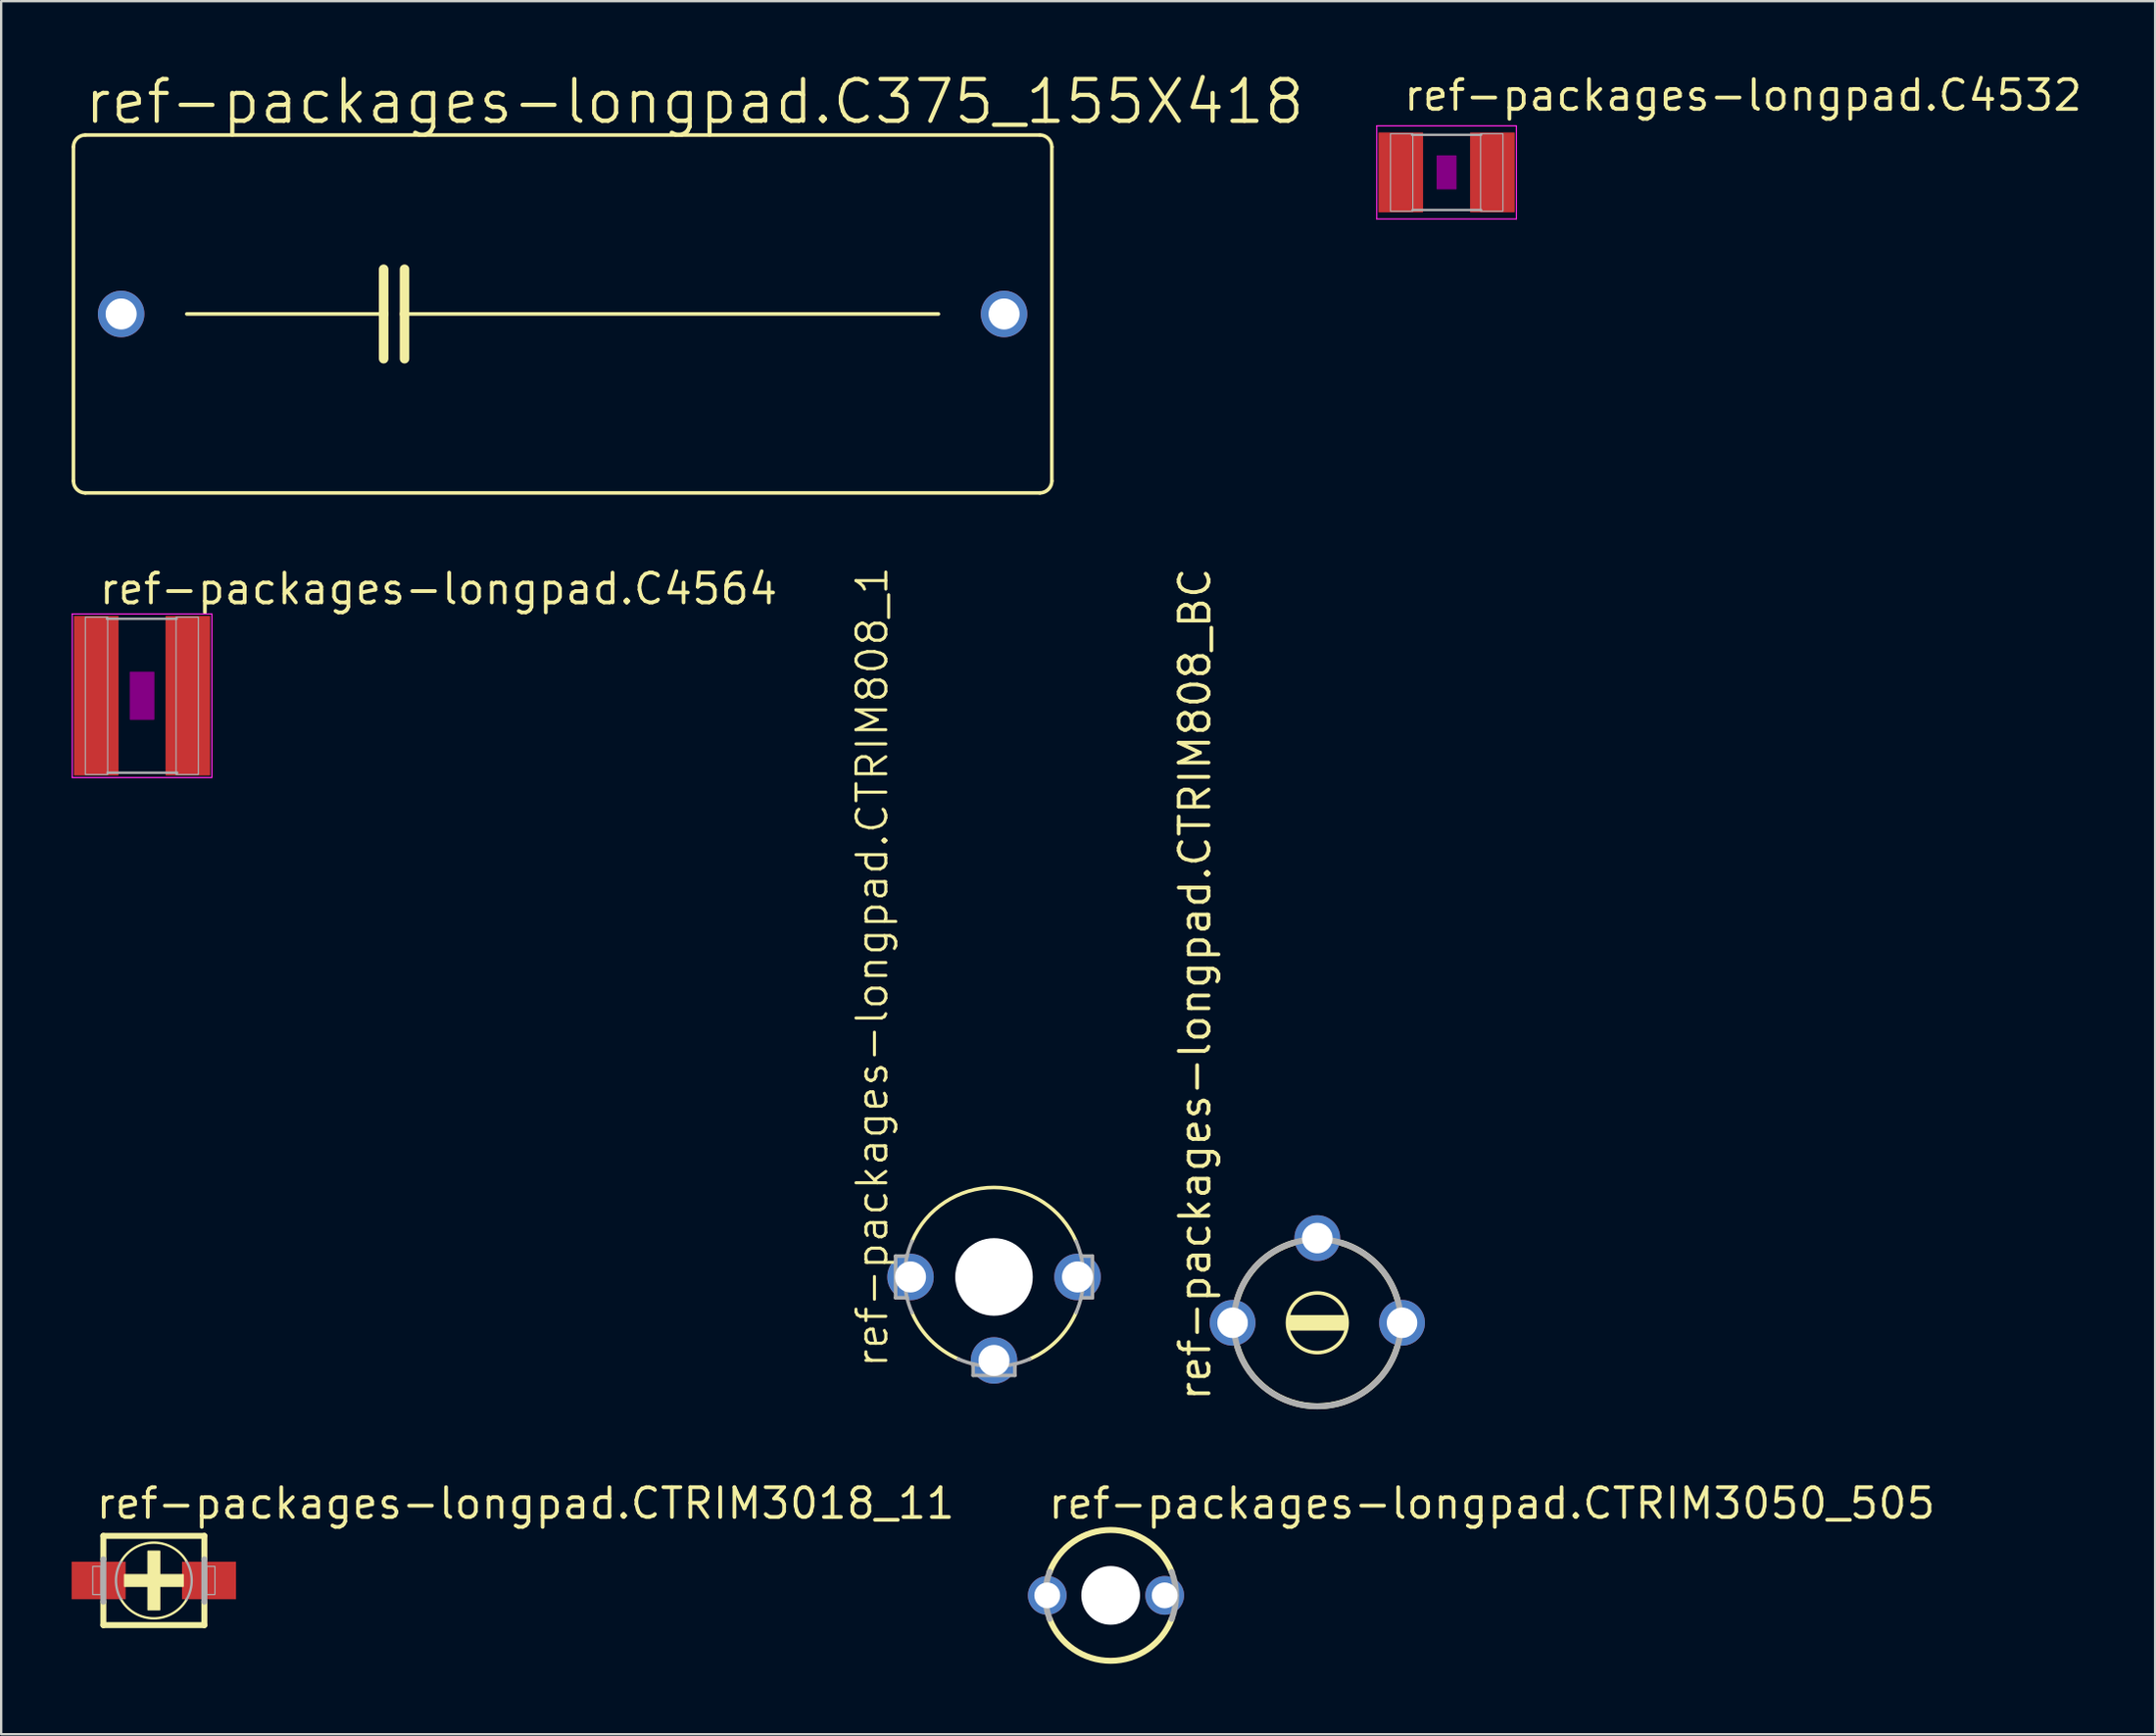
<source format=kicad_pcb>
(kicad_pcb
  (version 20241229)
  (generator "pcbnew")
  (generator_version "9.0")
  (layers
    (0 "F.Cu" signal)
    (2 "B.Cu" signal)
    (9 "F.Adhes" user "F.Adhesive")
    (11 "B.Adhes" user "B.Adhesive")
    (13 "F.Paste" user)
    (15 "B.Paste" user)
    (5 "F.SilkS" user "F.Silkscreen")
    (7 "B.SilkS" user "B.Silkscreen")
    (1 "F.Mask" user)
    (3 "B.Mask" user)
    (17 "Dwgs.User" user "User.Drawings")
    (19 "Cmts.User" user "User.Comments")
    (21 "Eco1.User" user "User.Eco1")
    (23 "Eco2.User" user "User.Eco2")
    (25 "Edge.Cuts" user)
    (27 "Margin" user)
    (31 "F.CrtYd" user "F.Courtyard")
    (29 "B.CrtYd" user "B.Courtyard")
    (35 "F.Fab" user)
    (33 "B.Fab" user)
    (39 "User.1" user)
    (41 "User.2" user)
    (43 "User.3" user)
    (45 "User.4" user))
  (footprint "ref-packages-longpad.C4564"
    (layer "F.Cu")
    (at 2.998 26.575)
    (property "Reference" "ref-packages-longpad.C4564" (at -1.905 -3.81 0) (layer "F.SilkS") (effects (font (size 1.27 1.27) (thickness 0.16)) (justify left bottom)))
    (attr smd)
    (fp_rect (start -0.5 1) (end 0.5 -1) (stroke (width 0.05) (type default)) (fill yes) (layer "F.Adhes"))
    (fp_line (start -2.973 -3.483) (end 2.973 -3.483) (stroke (width 0.051) (type default)) (layer "F.CrtYd"))
    (fp_line (start -2.973 3.483) (end -2.973 -3.483) (stroke (width 0.051) (type default)) (layer "F.CrtYd"))
    (fp_line (start 2.973 -3.483) (end 2.973 3.483) (stroke (width 0.051) (type default)) (layer "F.CrtYd"))
    (fp_line (start 2.973 3.483) (end -2.973 3.483) (stroke (width 0.051) (type default)) (layer "F.CrtYd"))
    (fp_line (start -1.499 -3.277) (end 1.473 -3.277) (stroke (width 0.102) (type default)) (layer "F.Fab"))
    (fp_line (start -1.473 3.277) (end 1.499 3.277) (stroke (width 0.102) (type default)) (layer "F.Fab"))
    (fp_rect (start -2.413 3.353) (end -1.463 -3.347) (stroke (width 0.05) (type default)) (fill no) (layer "F.Fab"))
    (fp_rect (start 1.448 3.353) (end 2.398 -3.347) (stroke (width 0.05) (type default)) (fill no) (layer "F.Fab"))
    (pad "1" smd roundrect (at -1.95 0) (size 1.9 6.8) (layers "F.Cu" "F.Mask" "F.Paste") (roundrect_rratio 0.01))
    (pad "2" smd roundrect (at 1.95 0) (size 1.9 6.8) (layers "F.Cu" "F.Mask" "F.Paste") (roundrect_rratio 0.01)))
  (footprint "ref-packages-longpad.CTRIM808_1"
    (layer "F.Cu")
    (at 39.272 51.323)
    (property "Reference" "ref-packages-longpad.CTRIM808_1" (at -4.445 3.937 90) (layer "F.SilkS") (effects (font (size 1.27 1.27) (thickness 0.13)) (justify left bottom)))
    (attr through_hole)
    (fp_line (start -1.244 -0.254) (end 1.244 -0.254) (stroke (width 0.152) (type default)) (layer "F.SilkS"))
    (fp_line (start -1.244 0.254) (end 1.244 0.254) (stroke (width 0.152) (type default)) (layer "F.SilkS"))
    (fp_rect (start -1.27 0.254) (end 1.27 -0.254) (stroke (width 0.05) (type default)) (fill yes) (layer "F.SilkS"))
    (fp_arc (start -3.4925 -1.5227) (mid 0 -3.810009) (end 3.4925 -1.5227) (stroke (width 0.1524) (type default)) (layer "F.SilkS"))
    (fp_arc (start -1.5227 3.4925) (mid -2.694083 2.694083) (end -3.4925 1.5227) (stroke (width 0.1524) (type default)) (layer "F.SilkS"))
    (fp_arc (start 3.4925 1.5227) (mid 2.694083 2.694083) (end 1.5227 3.4925) (stroke (width 0.1524) (type default)) (layer "F.SilkS"))
    (fp_circle (center 0 0) (end 1.27 0) (stroke (width 0.152) (type default)) (fill no) (layer "F.SilkS"))
    (fp_line (start -4.191 -0.889) (end -4.191 0.889) (stroke (width 0.152) (type default)) (layer "F.Fab"))
    (fp_line (start -4.191 -0.889) (end -3.705 -0.889) (stroke (width 0.152) (type default)) (layer "F.Fab"))
    (fp_line (start -4.191 0.889) (end -3.705 0.889) (stroke (width 0.152) (type default)) (layer "F.Fab"))
    (fp_line (start -0.889 3.705) (end -0.889 4.191) (stroke (width 0.152) (type default)) (layer "F.Fab"))
    (fp_line (start 0.889 3.705) (end 0.889 4.191) (stroke (width 0.152) (type default)) (layer "F.Fab"))
    (fp_line (start 0.889 4.191) (end -0.889 4.191) (stroke (width 0.152) (type default)) (layer "F.Fab"))
    (fp_line (start 3.705 -0.889) (end 4.191 -0.889) (stroke (width 0.152) (type default)) (layer "F.Fab"))
    (fp_line (start 3.705 0.889) (end 4.191 0.889) (stroke (width 0.152) (type default)) (layer "F.Fab"))
    (fp_line (start 4.191 -0.889) (end 4.191 0.889) (stroke (width 0.152) (type default)) (layer "F.Fab"))
    (fp_arc (start -3.4925 1.5227) (mid -3.810009 0) (end -3.4925 -1.5227) (stroke (width 0.1524) (type default)) (layer "F.Fab"))
    (fp_arc (start 1.5227 3.4925) (mid 0 3.810009) (end -1.5227 3.4925) (stroke (width 0.1524) (type default)) (layer "F.Fab"))
    (fp_arc (start 3.4925 -1.5227) (mid 3.810009 0) (end 3.4925 1.5227) (stroke (width 0.1524) (type default)) (layer "F.Fab"))
    (pad "" np_thru_hole circle (at 0 0) (size 3.302 3.302) (drill 3.302) (layers "*.Cu" "*.Mask"))
    (pad "1" thru_hole circle (at -3.556 0) (size 1.981 1.981) (drill 1.321) (layers "*.Cu" "*.Mask"))
    (pad "2" thru_hole circle (at 0 3.556) (size 1.981 1.981) (drill 1.321) (layers "*.Cu" "*.Mask"))
    (pad "3" thru_hole circle (at 3.556 0) (size 1.981 1.981) (drill 1.321) (layers "*.Cu" "*.Mask")))
  (footprint "ref-packages-longpad.CTRIM808_BC"
    (layer "F.Cu")
    (at 53.037 53.275)
    (property "Reference" "ref-packages-longpad.CTRIM808_BC" (at -4.468 3.406 90) (layer "F.SilkS") (effects (font (size 1.27 1.27) (thickness 0.16)) (justify left bottom)))
    (attr through_hole)
    (fp_rect (start -1.219 0.305) (end 1.219 -0.305) (stroke (width 0.05) (type default)) (fill yes) (layer "F.SilkS"))
    (fp_arc (start -3.4036 -1.016) (mid -2.511648 -2.511648) (end -1.016 -3.4036) (stroke (width 0.254) (type default)) (layer "F.SilkS"))
    (fp_arc (start 1.016 -3.4036) (mid 2.511648 -2.511648) (end 3.4036 -1.016) (stroke (width 0.254) (type default)) (layer "F.SilkS"))
    (fp_arc (start 3.4036 1.016) (mid 0 3.552006) (end -3.4036 1.016) (stroke (width 0.254) (type default)) (layer "F.SilkS"))
    (fp_circle (center 0 0) (end 1.271 0) (stroke (width 0.152) (type default)) (fill no) (layer "F.SilkS"))
    (fp_circle (center 0 0) (end 3.556 0) (stroke (width 0.254) (type default)) (fill no) (layer "F.Fab"))
    (pad "1" thru_hole circle (at -3.607 0) (size 1.95 1.95) (drill 1.3) (layers "*.Cu" "*.Mask"))
    (pad "2" thru_hole circle (at 0 -3.607) (size 1.95 1.95) (drill 1.3) (layers "*.Cu" "*.Mask"))
    (pad "3" thru_hole circle (at 3.607 0) (size 1.95 1.95) (drill 1.3) (layers "*.Cu" "*.Mask")))
  (footprint "ref-packages-longpad.C4532"
    (layer "F.Cu")
    (at 58.541 4.29)
    (property "Reference" "ref-packages-longpad.C4532" (at -1.905 -2.54 0) (layer "F.SilkS") (effects (font (size 1.27 1.27) (thickness 0.16)) (justify left bottom)))
    (attr smd)
    (fp_rect (start -0.4 0.7) (end 0.4 -0.7) (stroke (width 0.05) (type default)) (fill yes) (layer "F.Adhes"))
    (fp_line (start -2.973 -1.983) (end 2.973 -1.983) (stroke (width 0.051) (type default)) (layer "F.CrtYd"))
    (fp_line (start -2.973 1.983) (end -2.973 -1.983) (stroke (width 0.051) (type default)) (layer "F.CrtYd"))
    (fp_line (start 2.973 -1.983) (end 2.973 1.983) (stroke (width 0.051) (type default)) (layer "F.CrtYd"))
    (fp_line (start 2.973 1.983) (end -2.973 1.983) (stroke (width 0.051) (type default)) (layer "F.CrtYd"))
    (fp_line (start -1.473 -1.6) (end 1.473 -1.6) (stroke (width 0.102) (type default)) (layer "F.Fab"))
    (fp_line (start -1.448 1.6) (end 1.473 1.6) (stroke (width 0.102) (type default)) (layer "F.Fab"))
    (fp_rect (start -2.388 1.651) (end -1.438 -1.649) (stroke (width 0.05) (type default)) (fill no) (layer "F.Fab"))
    (fp_rect (start 1.448 1.651) (end 2.398 -1.649) (stroke (width 0.05) (type default)) (fill no) (layer "F.Fab"))
    (pad "1" smd roundrect (at -1.95 0) (size 1.9 3.4) (layers "F.Cu" "F.Mask" "F.Paste") (roundrect_rratio 0.01))
    (pad "2" smd roundrect (at 1.95 0) (size 1.9 3.4) (layers "F.Cu" "F.Mask" "F.Paste") (roundrect_rratio 0.01)))
  (footprint "ref-packages-longpad.CTRIM3050_505"
    (layer "F.Cu")
    (at 44.039 64.883)
    (property "Reference" "ref-packages-longpad.CTRIM3050_505" (at -2.54 -3.175 0) (layer "F.SilkS") (effects (font (size 1.27 1.27) (thickness 0.16)) (justify left bottom)))
    (attr through_hole)
    (fp_line (start -0.7 -0.4) (end 0.6 0.9) (stroke (width 0.152) (type default)) (layer "F.SilkS"))
    (fp_line (start -0.2 -0.9) (end 1.1 0.4) (stroke (width 0.152) (type default)) (layer "F.SilkS"))
    (fp_arc (start -2.4 -1) (mid 0.2 -2.785678) (end 2.8 -1) (stroke (width 0.254) (type default)) (layer "F.SilkS"))
    (fp_arc (start 2.8 1) (mid 0.2 2.785678) (end -2.4 1) (stroke (width 0.254) (type default)) (layer "F.SilkS"))
    (fp_circle (center 0.2 0) (end 1.2 0) (stroke (width 0.152) (type default)) (fill no) (layer "F.SilkS"))
    (fp_arc (start -2.4 1) (mid -2.585678 0) (end -2.4 -1) (stroke (width 0.254) (type default)) (layer "F.Fab"))
    (fp_arc (start 2.8 -1) (mid 2.985678 0) (end 2.8 1) (stroke (width 0.254) (type default)) (layer "F.Fab"))
    (pad "" np_thru_hole circle (at 0.2 0) (size 2.5 2.5) (drill 2.5) (layers "*.Cu" "*.Mask"))
    (pad "1" thru_hole circle (at -2.5 0) (size 1.65 1.65) (drill 1.1) (layers "*.Cu" "*.Mask"))
    (pad "2" thru_hole circle (at 2.5 0) (size 1.65 1.65) (drill 1.1) (layers "*.Cu" "*.Mask")))
  (footprint "ref-packages-longpad.C375_155X418"
    (layer "F.Cu")
    (at 20.904 10.319)
    (property "Reference" "ref-packages-longpad.C375_155X418" (at -20.447 -8.001 0) (layer "F.SilkS") (effects (font (size 1.778 1.778) (thickness 0.18)) (justify left bottom)))
    (attr through_hole)
    (fp_line (start -20.828 7.112) (end -20.828 -7.112) (stroke (width 0.152) (type default)) (layer "F.SilkS"))
    (fp_line (start -20.32 -7.62) (end 20.32 -7.62) (stroke (width 0.152) (type default)) (layer "F.SilkS"))
    (fp_line (start -16.002 0) (end -7.62 0) (stroke (width 0.152) (type default)) (layer "F.SilkS"))
    (fp_line (start -7.62 -1.905) (end -7.62 0) (stroke (width 0.406) (type default)) (layer "F.SilkS"))
    (fp_line (start -7.62 0) (end -7.62 1.905) (stroke (width 0.406) (type default)) (layer "F.SilkS"))
    (fp_line (start -6.731 -1.905) (end -6.731 0) (stroke (width 0.406) (type default)) (layer "F.SilkS"))
    (fp_line (start -6.731 0) (end -6.731 1.905) (stroke (width 0.406) (type default)) (layer "F.SilkS"))
    (fp_line (start -6.731 0) (end 16.002 0) (stroke (width 0.152) (type default)) (layer "F.SilkS"))
    (fp_line (start 20.32 7.62) (end -20.32 7.62) (stroke (width 0.152) (type default)) (layer "F.SilkS"))
    (fp_line (start 20.828 -7.112) (end 20.828 7.112) (stroke (width 0.152) (type default)) (layer "F.SilkS"))
    (fp_arc (start -20.828 -7.112) (mid -20.67921 -7.47121) (end -20.32 -7.62) (stroke (width 0.1524) (type default)) (layer "F.SilkS"))
    (fp_arc (start -20.32 7.62) (mid -20.67921 7.47121) (end -20.828 7.112) (stroke (width 0.1524) (type default)) (layer "F.SilkS"))
    (fp_arc (start 20.32 -7.62) (mid 20.67921 -7.47121) (end 20.828 -7.112) (stroke (width 0.1524) (type default)) (layer "F.SilkS"))
    (fp_arc (start 20.828 7.112) (mid 20.67921 7.47121) (end 20.32 7.62) (stroke (width 0.1524) (type default)) (layer "F.SilkS"))
    (pad "1" thru_hole circle (at -18.796 0) (size 1.981 1.981) (drill 1.321) (layers "*.Cu" "*.Mask"))
    (pad "2" thru_hole circle (at 18.796 0) (size 1.981 1.981) (drill 1.321) (layers "*.Cu" "*.Mask")))
  (footprint "ref-packages-longpad.CTRIM3018_11"
    (layer "F.Cu")
    (at 3.5 64.248)
    (property "Reference" "ref-packages-longpad.CTRIM3018_11" (at -2.54 -2.54 0) (layer "F.SilkS") (effects (font (size 1.27 1.27) (thickness 0.16)) (justify left bottom)))
    (attr smd)
    (fp_line (start -2.15 -1.9) (end 2.15 -1.9) (stroke (width 0.254) (type default)) (layer "F.SilkS"))
    (fp_line (start -2.15 -0.9) (end -2.15 -1.9) (stroke (width 0.254) (type default)) (layer "F.SilkS"))
    (fp_line (start -2.15 1.9) (end -2.15 0.9) (stroke (width 0.254) (type default)) (layer "F.SilkS"))
    (fp_line (start 2.15 -1.9) (end 2.15 -0.9) (stroke (width 0.254) (type default)) (layer "F.SilkS"))
    (fp_line (start 2.15 0.9) (end 2.15 1.9) (stroke (width 0.254) (type default)) (layer "F.SilkS"))
    (fp_line (start 2.15 1.9) (end -2.15 1.9) (stroke (width 0.254) (type default)) (layer "F.SilkS"))
    (fp_rect (start -1.25 0.25) (end 1.25 -0.25) (stroke (width 0.05) (type default)) (fill yes) (layer "F.SilkS"))
    (fp_rect (start -0.25 1.25) (end 0.25 -1.25) (stroke (width 0.05) (type default)) (fill yes) (layer "F.SilkS"))
    (fp_arc (start -1.4 -0.8) (mid 0 -1.612452) (end 1.4 -0.8) (stroke (width 0.1016) (type default)) (layer "F.SilkS"))
    (fp_arc (start 1.4 0.8) (mid 0 1.612452) (end -1.4 0.8) (stroke (width 0.1016) (type default)) (layer "F.SilkS"))
    (fp_line (start -2.15 0.9) (end -2.15 -0.9) (stroke (width 0.254) (type default)) (layer "F.Fab"))
    (fp_line (start 2.15 -0.9) (end 2.15 0.9) (stroke (width 0.254) (type default)) (layer "F.Fab"))
    (fp_rect (start -2.6 0.6) (end -2.25 -0.6) (stroke (width 0.05) (type default)) (fill no) (layer "F.Fab"))
    (fp_rect (start 2.25 0.6) (end 2.6 -0.6) (stroke (width 0.05) (type default)) (fill no) (layer "F.Fab"))
    (fp_arc (start -1.4 0.8) (mid -1.612452 0) (end -1.4 -0.8) (stroke (width 0.1016) (type default)) (layer "F.Fab"))
    (fp_arc (start 1.4 -0.8) (mid 1.612452 0) (end 1.4 0.8) (stroke (width 0.1016) (type default)) (layer "F.Fab"))
    (pad "+" smd roundrect (at -2.35 0) (size 2.3 1.6) (layers "F.Cu" "F.Mask" "F.Paste") (roundrect_rratio 0.01))
    (pad "-" smd roundrect (at 2.35 0) (size 2.3 1.6) (layers "F.Cu" "F.Mask" "F.Paste") (roundrect_rratio 0.01)))
  (gr_rect
    (start -3 -3)
    (end 88.709 70.795)
    (stroke (width 0.1) (type default))
    (fill no)
    (layer "Edge.Cuts")))
</source>
